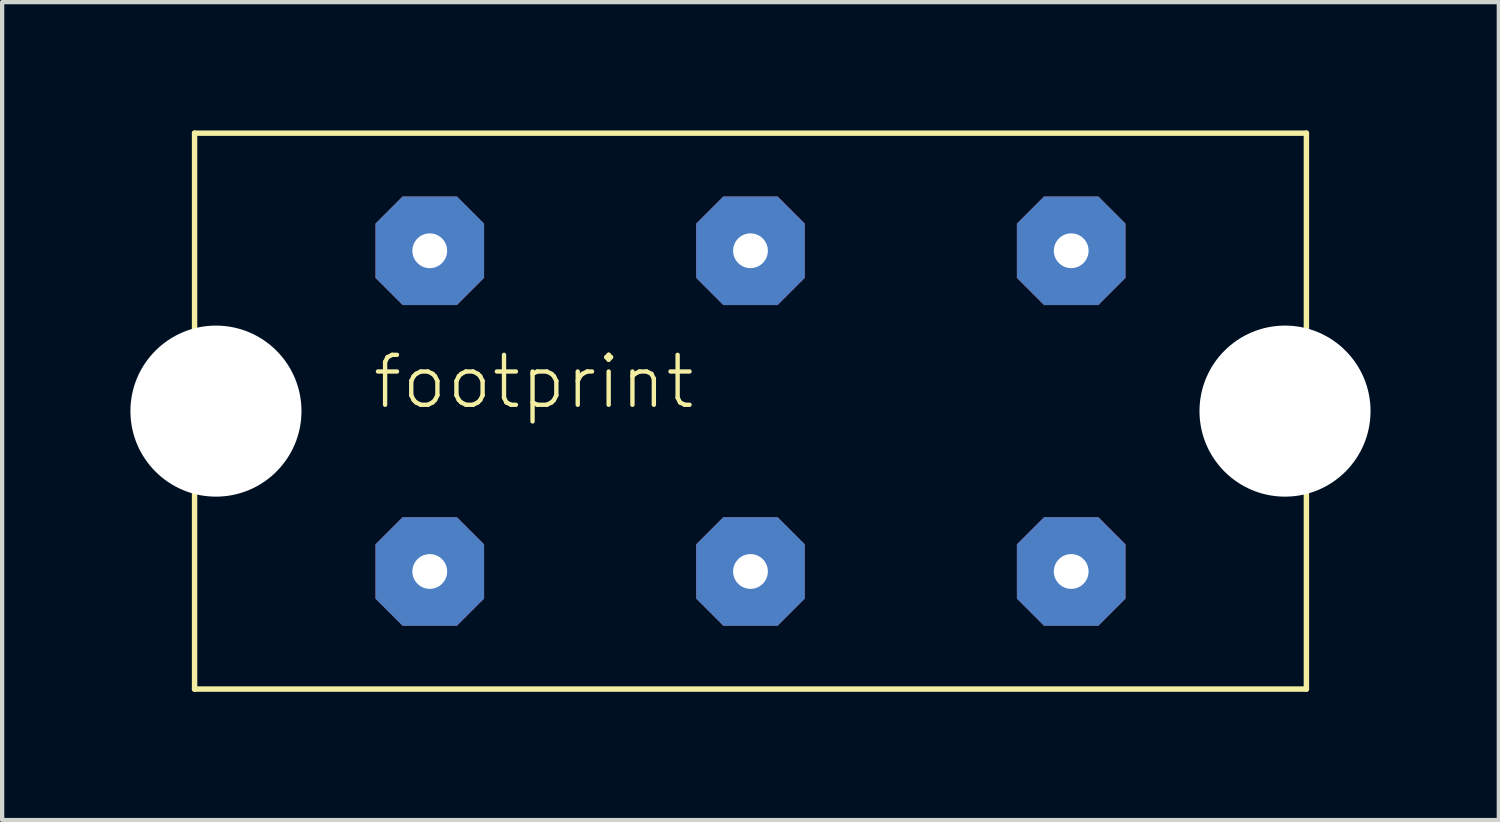
<source format=kicad_pcb>
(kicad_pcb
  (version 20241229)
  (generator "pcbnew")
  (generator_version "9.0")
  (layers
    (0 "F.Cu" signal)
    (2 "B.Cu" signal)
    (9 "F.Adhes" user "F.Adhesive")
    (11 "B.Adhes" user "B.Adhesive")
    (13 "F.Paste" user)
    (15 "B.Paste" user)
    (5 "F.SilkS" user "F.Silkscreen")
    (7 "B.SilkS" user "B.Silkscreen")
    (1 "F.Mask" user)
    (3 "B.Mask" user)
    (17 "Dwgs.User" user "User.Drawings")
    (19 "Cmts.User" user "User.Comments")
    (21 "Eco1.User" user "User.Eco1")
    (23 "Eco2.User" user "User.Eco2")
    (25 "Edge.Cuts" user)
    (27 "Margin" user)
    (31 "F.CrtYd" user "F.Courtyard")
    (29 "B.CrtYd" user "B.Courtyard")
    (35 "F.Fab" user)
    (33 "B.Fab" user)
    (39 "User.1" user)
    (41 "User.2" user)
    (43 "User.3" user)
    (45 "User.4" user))
  (footprint "footprint"
    (layer "F.Cu")
    (at 14.5 6.564)
    (property "Reference" "footprint" (at -8.89 0 0) (layer "F.SilkS") (effects (font (size 1.168 1.168) (thickness 0.102)) (justify left bottom)))
    (fp_line (start -13 -6.5) (end 13 -6.5) (stroke (width 0.127) (type solid)) (layer "F.SilkS"))
    (fp_line (start -13 6.5) (end -13 -6.5) (stroke (width 0.127) (type solid)) (layer "F.SilkS"))
    (fp_line (start 13 -6.5) (end 13 6.5) (stroke (width 0.127) (type solid)) (layer "F.SilkS"))
    (fp_line (start 13 6.5) (end -13 6.5) (stroke (width 0.127) (type solid)) (layer "F.SilkS"))
    (pad "" np_thru_hole circle (at -12.5 0) (size 4 4) (drill 4) (layers "*.Cu" "*.Mask"))
    (pad "" np_thru_hole circle (at 12.5 0) (size 4 4) (drill 4) (layers "*.Cu" "*.Mask"))
    (pad "1" thru_hole roundrect (at 7.5 -3.75) (size 2.54 2.54) (drill 0.813) (layers "*.Cu" "*.Mask") (roundrect_rratio 0.25) (chamfer_ratio 0.25) (chamfer top_left top_right bottom_left bottom_right))
    (pad "2" thru_hole roundrect (at 7.5 3.75) (size 2.54 2.54) (drill 0.813) (layers "*.Cu" "*.Mask") (roundrect_rratio 0.25) (chamfer_ratio 0.25) (chamfer top_left top_right bottom_left bottom_right))
    (pad "3" thru_hole roundrect (at -7.5 -3.75) (size 2.54 2.54) (drill 0.813) (layers "*.Cu" "*.Mask") (roundrect_rratio 0.25) (chamfer_ratio 0.25) (chamfer top_left top_right bottom_left bottom_right))
    (pad "4" thru_hole roundrect (at -7.5 3.75) (size 2.54 2.54) (drill 0.813) (layers "*.Cu" "*.Mask") (roundrect_rratio 0.25) (chamfer_ratio 0.25) (chamfer top_left top_right bottom_left bottom_right))
    (pad "5" thru_hole roundrect (at 0 -3.75) (size 2.54 2.54) (drill 0.813) (layers "*.Cu" "*.Mask") (roundrect_rratio 0.25) (chamfer_ratio 0.25) (chamfer top_left top_right bottom_left bottom_right))
    (pad "6" thru_hole roundrect (at 0 3.75) (size 2.54 2.54) (drill 0.813) (layers "*.Cu" "*.Mask") (roundrect_rratio 0.25) (chamfer_ratio 0.25) (chamfer top_left top_right bottom_left bottom_right)))
  (gr_rect
    (start -3 -3)
    (end 32 16.127)
    (stroke (width 0.1) (type default))
    (fill no)
    (layer "Edge.Cuts")))
</source>
